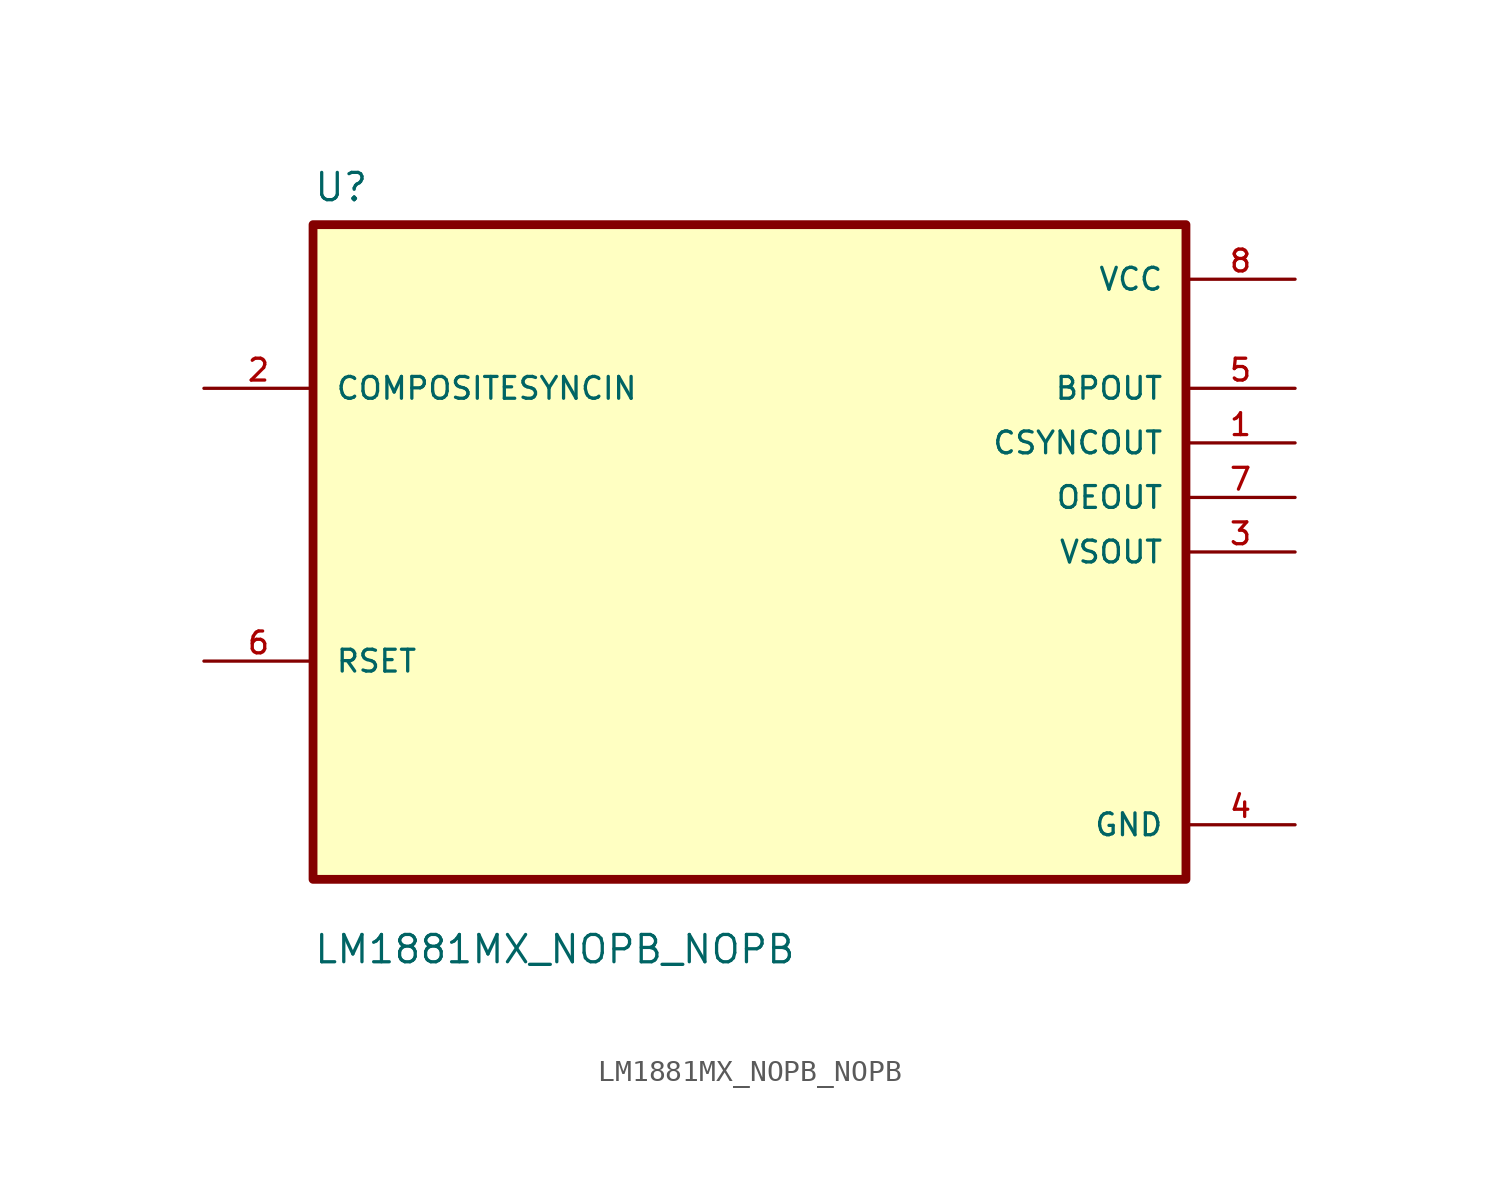
<source format=kicad_sym>
(kicad_symbol_lib
  (version 20211014)
  (generator kicad_symbol_editor)
  (symbol "LM1881MX_NOPB_NOPB"
    (pin_names
      (offset 1.016))
    (property "Reference" "U"
      (at -20.32 16.24 0.0)
      (effects (font (size 1.27 1.27)) (justify bottom left)))
    (property "Value" "LM1881MX_NOPB_NOPB"
      (at -20.32 -19.24 0.0)
      (effects (font (size 1.27 1.27)) (justify bottom left)))
    (symbol "LM1881MX_NOPB_NOPB_0_0"
      (rectangle (start -20.32 -15.24) (end 20.32 15.24) (stroke (width 0.41)) (fill (type background)))
      (pin input line (at -25.4 7.62 0) (length 5.08) (name "COMPOSITESYNCIN" (effects (font (size 1.016 1.016)))) (number "2" (effects (font (size 1.016 1.016)))))
      (pin bidirectional line (at -25.4 -5.08 0) (length 5.08) (name "RSET" (effects (font (size 1.016 1.016)))) (number "6" (effects (font (size 1.016 1.016)))))
      (pin power_in line (at 25.4 12.7 180.0) (length 5.08) (name "VCC" (effects (font (size 1.016 1.016)))) (number "8" (effects (font (size 1.016 1.016)))))
      (pin output line (at 25.4 7.62 180.0) (length 5.08) (name "BPOUT" (effects (font (size 1.016 1.016)))) (number "5" (effects (font (size 1.016 1.016)))))
      (pin output line (at 25.4 5.08 180.0) (length 5.08) (name "CSYNCOUT" (effects (font (size 1.016 1.016)))) (number "1" (effects (font (size 1.016 1.016)))))
      (pin output line (at 25.4 2.54 180.0) (length 5.08) (name "OEOUT" (effects (font (size 1.016 1.016)))) (number "7" (effects (font (size 1.016 1.016)))))
      (pin output line (at 25.4 -8.88178e-16 180.0) (length 5.08) (name "VSOUT" (effects (font (size 1.016 1.016)))) (number "3" (effects (font (size 1.016 1.016)))))
      (pin power_in line (at 25.4 -12.7 180.0) (length 5.08) (name "GND" (effects (font (size 1.016 1.016)))) (number "4" (effects (font (size 1.016 1.016))))))))
</source>
